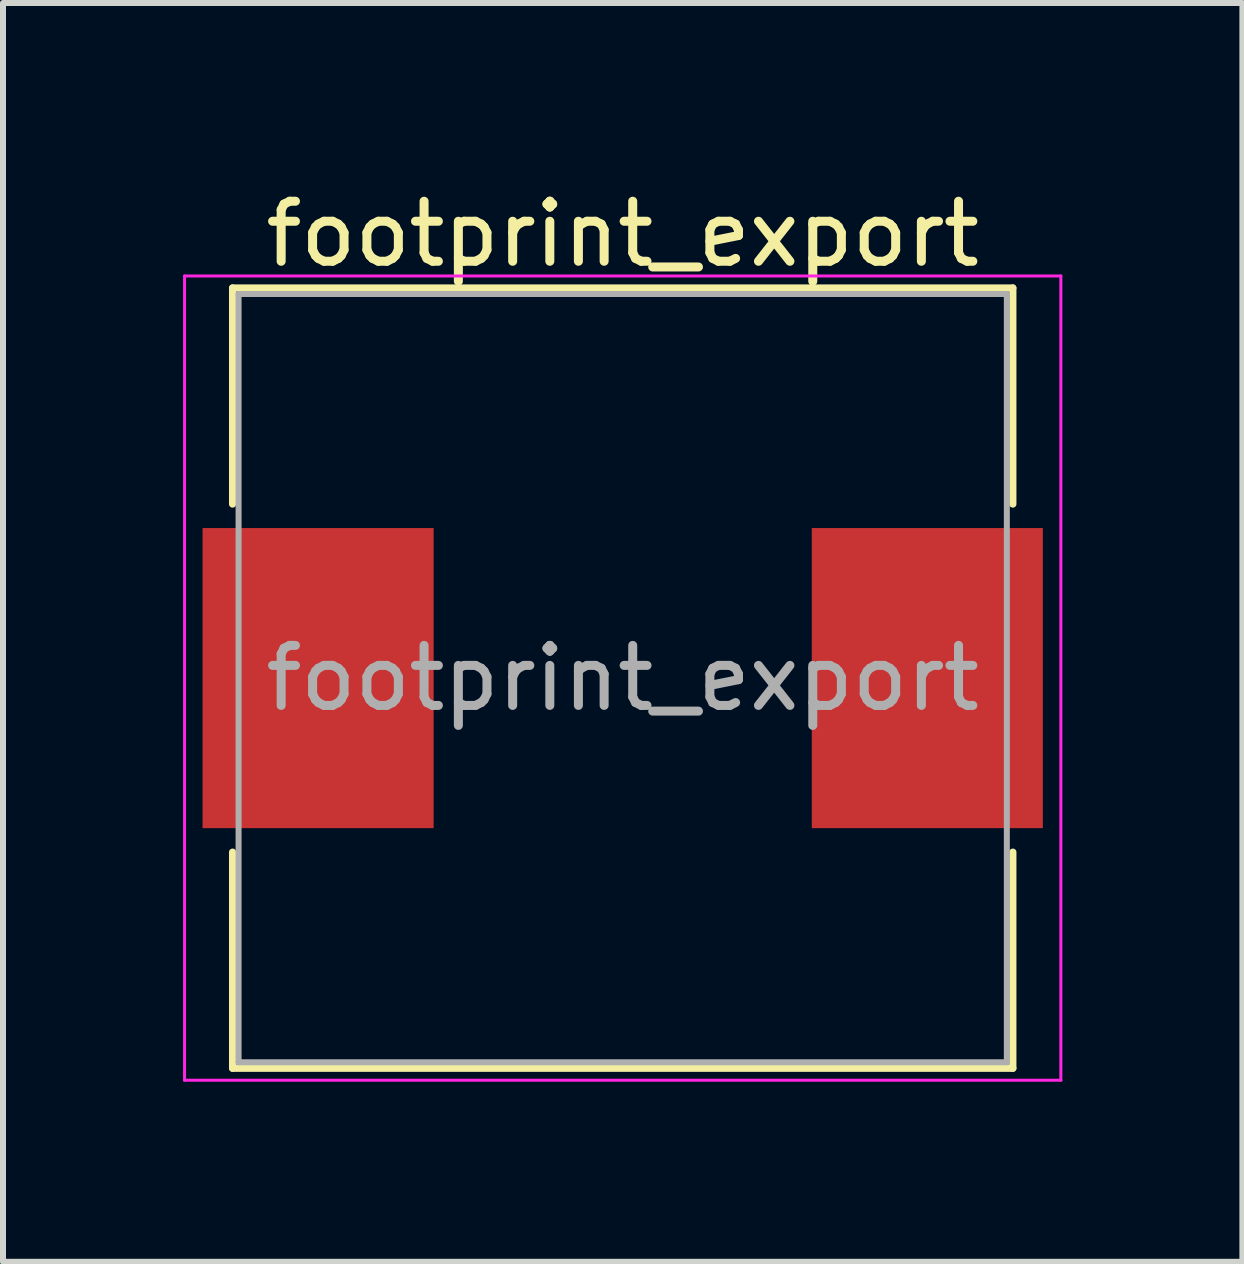
<source format=kicad_pcb>
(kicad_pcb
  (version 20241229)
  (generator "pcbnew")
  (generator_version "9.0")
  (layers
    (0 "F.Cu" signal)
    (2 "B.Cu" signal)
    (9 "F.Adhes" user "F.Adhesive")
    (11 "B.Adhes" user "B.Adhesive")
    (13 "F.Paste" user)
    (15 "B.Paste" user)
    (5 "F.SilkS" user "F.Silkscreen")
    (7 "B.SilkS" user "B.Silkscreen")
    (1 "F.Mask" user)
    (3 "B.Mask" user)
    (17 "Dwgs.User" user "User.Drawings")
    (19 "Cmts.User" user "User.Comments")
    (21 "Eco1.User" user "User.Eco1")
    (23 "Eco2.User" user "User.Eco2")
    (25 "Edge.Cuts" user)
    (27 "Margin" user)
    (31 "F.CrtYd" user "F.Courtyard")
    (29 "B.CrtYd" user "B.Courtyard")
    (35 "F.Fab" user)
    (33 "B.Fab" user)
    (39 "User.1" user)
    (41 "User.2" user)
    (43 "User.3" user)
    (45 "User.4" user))
  (footprint "footprint_export"
    (layer "F.Cu")
    (at 7.325 8.248)
    (property "Reference" "footprint_export" (at 0 -7.4 0) (layer "F.SilkS") (effects (font (size 1 1) (thickness 0.15))))
    (attr smd)
    (fp_line (start -6.5 -6.5) (end 6.5 -6.5) (stroke (width 0.12) (type solid)) (layer "F.SilkS"))
    (fp_line (start -6.5 -2.9) (end -6.5 -6.5) (stroke (width 0.12) (type solid)) (layer "F.SilkS"))
    (fp_line (start -6.5 2.9) (end -6.5 6.5) (stroke (width 0.12) (type solid)) (layer "F.SilkS"))
    (fp_line (start -6.5 6.5) (end 6.5 6.5) (stroke (width 0.12) (type solid)) (layer "F.SilkS"))
    (fp_line (start 6.5 -6.5) (end 6.5 -2.9) (stroke (width 0.12) (type solid)) (layer "F.SilkS"))
    (fp_line (start 6.5 6.5) (end 6.5 2.9) (stroke (width 0.12) (type solid)) (layer "F.SilkS"))
    (fp_line (start -7.3 -6.7) (end -7.3 6.7) (stroke (width 0.05) (type solid)) (layer "F.CrtYd"))
    (fp_line (start -7.3 6.7) (end 7.3 6.7) (stroke (width 0.05) (type solid)) (layer "F.CrtYd"))
    (fp_line (start 7.3 -6.7) (end -7.3 -6.7) (stroke (width 0.05) (type solid)) (layer "F.CrtYd"))
    (fp_line (start 7.3 6.7) (end 7.3 -6.7) (stroke (width 0.05) (type solid)) (layer "F.CrtYd"))
    (fp_line (start -6.4 -6.4) (end -6.4 6.4) (stroke (width 0.1) (type solid)) (layer "F.Fab"))
    (fp_line (start -6.4 6.4) (end 6.4 6.4) (stroke (width 0.1) (type solid)) (layer "F.Fab"))
    (fp_line (start 6.4 -6.4) (end -6.4 -6.4) (stroke (width 0.1) (type solid)) (layer "F.Fab"))
    (fp_line (start 6.4 6.4) (end 6.4 -6.4) (stroke (width 0.1) (type solid)) (layer "F.Fab"))
    (fp_text user "${REFERENCE}" (at 0 0 0) (layer "F.Fab") (effects (font (size 1 1) (thickness 0.15))))
    (pad "1" smd rect (at -5.075 0) (size 3.85 5) (layers "F.Cu" "F.Mask" "F.Paste"))
    (pad "2" smd rect (at 5.075 0) (size 3.85 5) (layers "F.Cu" "F.Mask" "F.Paste")))
  (gr_rect
    (start -3 -3)
    (end 17.65 17.973)
    (stroke (width 0.1) (type default))
    (fill no)
    (layer "Edge.Cuts")))
</source>
